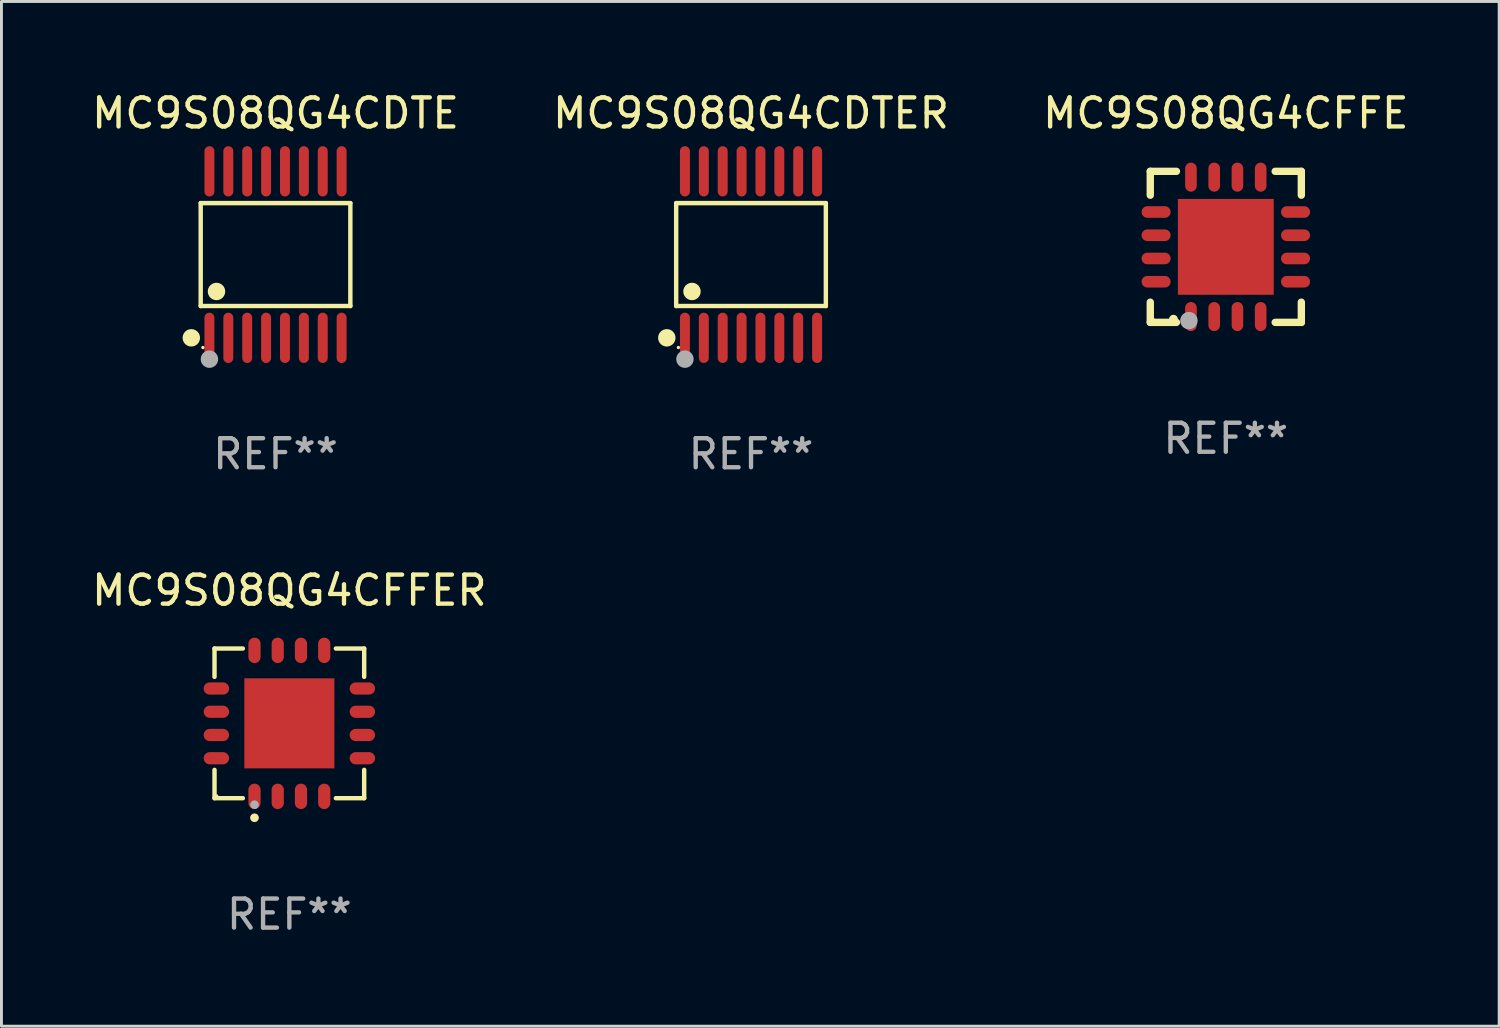
<source format=kicad_pcb>
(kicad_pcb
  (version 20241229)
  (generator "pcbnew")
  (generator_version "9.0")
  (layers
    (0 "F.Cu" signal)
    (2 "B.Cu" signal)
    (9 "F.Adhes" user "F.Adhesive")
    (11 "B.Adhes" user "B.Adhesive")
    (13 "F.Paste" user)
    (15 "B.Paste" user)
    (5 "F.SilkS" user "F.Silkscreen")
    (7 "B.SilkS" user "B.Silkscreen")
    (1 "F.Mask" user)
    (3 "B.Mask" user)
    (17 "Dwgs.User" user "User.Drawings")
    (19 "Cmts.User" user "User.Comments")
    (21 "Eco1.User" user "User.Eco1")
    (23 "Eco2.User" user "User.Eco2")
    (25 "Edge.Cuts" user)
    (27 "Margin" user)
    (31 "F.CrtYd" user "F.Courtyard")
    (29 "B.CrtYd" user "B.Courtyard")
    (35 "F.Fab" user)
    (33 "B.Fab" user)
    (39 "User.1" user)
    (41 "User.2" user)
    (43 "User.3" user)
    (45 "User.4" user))
  (footprint "MC9S08QG4CDTER"
    (layer "F.Cu")
    (at 22.804 5.714)
    (property "Reference" "MC9S08QG4CDTER" (at 0 -4.866 0) (layer "F.SilkS") (effects (font (size 1 1) (thickness 0.15))))
    (attr through_hole)
    (fp_line (start -2.576 -1.772) (end 2.576 -1.772) (stroke (width 0.152) (type solid)) (layer "F.SilkS"))
    (fp_line (start -2.576 1.771) (end -2.576 -1.772) (stroke (width 0.152) (type solid)) (layer "F.SilkS"))
    (fp_line (start 2.576 -1.772) (end 2.576 1.771) (stroke (width 0.152) (type solid)) (layer "F.SilkS"))
    (fp_line (start 2.576 1.771) (end -2.576 1.771) (stroke (width 0.152) (type solid)) (layer "F.SilkS"))
    (fp_circle (center -2.899 2.866) (end -2.749 2.866) (stroke (width 0.3) (type solid)) (fill no) (layer "F.SilkS"))
    (fp_circle (center -2.5 3.2) (end -2.47 3.2) (stroke (width 0.06) (type solid)) (fill no) (layer "F.SilkS"))
    (fp_circle (center -2.032 1.27) (end -1.882 1.27) (stroke (width 0.3) (type solid)) (fill no) (layer "F.SilkS"))
    (fp_circle (center -2.275 3.6) (end -2.125 3.6) (stroke (width 0.3) (type solid)) (fill no) (layer "F.Fab"))
    (fp_text user "REF**" (at 0 6.866 0) (layer "F.Fab") (effects (font (size 1 1) (thickness 0.15))))
    (pad "1" smd oval (at -2.275 2.866) (size 0.343 1.731) (layers "F.Cu" "F.Mask" "F.Paste"))
    (pad "2" smd oval (at -1.625 2.866) (size 0.343 1.731) (layers "F.Cu" "F.Mask" "F.Paste"))
    (pad "3" smd oval (at -0.975 2.866) (size 0.343 1.731) (layers "F.Cu" "F.Mask" "F.Paste"))
    (pad "4" smd oval (at -0.325 2.866) (size 0.343 1.731) (layers "F.Cu" "F.Mask" "F.Paste"))
    (pad "5" smd oval (at 0.325 2.866) (size 0.343 1.731) (layers "F.Cu" "F.Mask" "F.Paste"))
    (pad "6" smd oval (at 0.975 2.866) (size 0.343 1.731) (layers "F.Cu" "F.Mask" "F.Paste"))
    (pad "7" smd oval (at 1.625 2.866) (size 0.343 1.731) (layers "F.Cu" "F.Mask" "F.Paste"))
    (pad "8" smd oval (at 2.275 2.866) (size 0.343 1.731) (layers "F.Cu" "F.Mask" "F.Paste"))
    (pad "9" smd oval (at 2.275 -2.866) (size 0.343 1.731) (layers "F.Cu" "F.Mask" "F.Paste"))
    (pad "10" smd oval (at 1.625 -2.866) (size 0.343 1.731) (layers "F.Cu" "F.Mask" "F.Paste"))
    (pad "11" smd oval (at 0.975 -2.866) (size 0.343 1.731) (layers "F.Cu" "F.Mask" "F.Paste"))
    (pad "12" smd oval (at 0.325 -2.866) (size 0.343 1.731) (layers "F.Cu" "F.Mask" "F.Paste"))
    (pad "13" smd oval (at -0.325 -2.866) (size 0.343 1.731) (layers "F.Cu" "F.Mask" "F.Paste"))
    (pad "14" smd oval (at -0.975 -2.866) (size 0.343 1.731) (layers "F.Cu" "F.Mask" "F.Paste"))
    (pad "15" smd oval (at -1.625 -2.866) (size 0.343 1.731) (layers "F.Cu" "F.Mask" "F.Paste"))
    (pad "16" smd oval (at -2.275 -2.866) (size 0.343 1.731) (layers "F.Cu" "F.Mask" "F.Paste")))
  (footprint "MC9S08QG4CFFE"
    (layer "F.Cu")
    (at 39.149 5.448)
    (property "Reference" "MC9S08QG4CFFE" (at 0 -4.6 0) (layer "F.SilkS") (effects (font (size 1 1) (thickness 0.15))))
    (attr through_hole)
    (fp_line (start -2.6 -2.6) (end -2.6 -1.778) (stroke (width 0.254) (type solid)) (layer "F.SilkS"))
    (fp_line (start -2.6 2.6) (end -2.6 1.905) (stroke (width 0.254) (type solid)) (layer "F.SilkS"))
    (fp_line (start -1.7 -2.6) (end -2.6 -2.6) (stroke (width 0.254) (type solid)) (layer "F.SilkS"))
    (fp_line (start -1.7 2.6) (end -2.6 2.6) (stroke (width 0.254) (type solid)) (layer "F.SilkS"))
    (fp_line (start 1.7 -2.6) (end 2.6 -2.6) (stroke (width 0.254) (type solid)) (layer "F.SilkS"))
    (fp_line (start 1.7 2.6) (end 2.6 2.6) (stroke (width 0.254) (type solid)) (layer "F.SilkS"))
    (fp_line (start 2.6 -2.6) (end 2.6 -1.778) (stroke (width 0.254) (type solid)) (layer "F.SilkS"))
    (fp_line (start 2.6 2.6) (end 2.6 1.905) (stroke (width 0.254) (type solid)) (layer "F.SilkS"))
    (fp_arc (start -1.803404 2.489205) (mid -1.802134 2.4892) (end -1.800864 2.489205) (stroke (width 0.3) (type solid)) (layer "F.SilkS"))
    (fp_circle (center -2.5 2.5) (end -2.47 2.5) (stroke (width 0.06) (type solid)) (fill no) (layer "F.SilkS"))
    (fp_circle (center -1.27 2.54) (end -1.12 2.54) (stroke (width 0.3) (type solid)) (fill no) (layer "F.Fab"))
    (fp_text user "REF**" (at 0 6.6 0) (layer "F.Fab") (effects (font (size 1 1) (thickness 0.15))))
    (pad "1" smd oval (at -1.2 2.4) (size 0.4 1) (layers "F.Cu" "F.Mask" "F.Paste"))
    (pad "2" smd oval (at -0.4 2.4) (size 0.4 1) (layers "F.Cu" "F.Mask" "F.Paste"))
    (pad "3" smd oval (at 0.4 2.4) (size 0.4 1) (layers "F.Cu" "F.Mask" "F.Paste"))
    (pad "4" smd oval (at 1.2 2.4) (size 0.4 1) (layers "F.Cu" "F.Mask" "F.Paste"))
    (pad "5" smd oval (at 2.4 1.2 90) (size 0.4 1) (layers "F.Cu" "F.Mask" "F.Paste"))
    (pad "6" smd oval (at 2.4 0.4 90) (size 0.4 1) (layers "F.Cu" "F.Mask" "F.Paste"))
    (pad "7" smd oval (at 2.4 -0.4 90) (size 0.4 1) (layers "F.Cu" "F.Mask" "F.Paste"))
    (pad "8" smd oval (at 2.4 -1.2 90) (size 0.4 1) (layers "F.Cu" "F.Mask" "F.Paste"))
    (pad "9" smd oval (at 1.2 -2.4) (size 0.4 1) (layers "F.Cu" "F.Mask" "F.Paste"))
    (pad "10" smd oval (at 0.4 -2.4) (size 0.4 1) (layers "F.Cu" "F.Mask" "F.Paste"))
    (pad "11" smd oval (at -0.4 -2.4) (size 0.4 1) (layers "F.Cu" "F.Mask" "F.Paste"))
    (pad "12" smd oval (at -1.2 -2.4) (size 0.4 1) (layers "F.Cu" "F.Mask" "F.Paste"))
    (pad "13" smd oval (at -2.4 -1.2 90) (size 0.4 1) (layers "F.Cu" "F.Mask" "F.Paste"))
    (pad "14" smd oval (at -2.4 -0.4 90) (size 0.4 1) (layers "F.Cu" "F.Mask" "F.Paste"))
    (pad "15" smd oval (at -2.4 0.4 90) (size 0.4 1) (layers "F.Cu" "F.Mask" "F.Paste"))
    (pad "16" smd oval (at -2.4 1.2 90) (size 0.4 1) (layers "F.Cu" "F.Mask" "F.Paste"))
    (pad "17" smd rect (at 0 0 90) (size 3.3 3.3) (layers "F.Cu" "F.Mask" "F.Paste")))
  (footprint "MC9S08QG4CDTE"
    (layer "F.Cu")
    (at 6.435 5.714)
    (property "Reference" "MC9S08QG4CDTE" (at 0 -4.866 0) (layer "F.SilkS") (effects (font (size 1 1) (thickness 0.15))))
    (attr through_hole)
    (fp_line (start -2.576 -1.772) (end 2.576 -1.772) (stroke (width 0.152) (type solid)) (layer "F.SilkS"))
    (fp_line (start -2.576 1.771) (end -2.576 -1.772) (stroke (width 0.152) (type solid)) (layer "F.SilkS"))
    (fp_line (start 2.576 -1.772) (end 2.576 1.771) (stroke (width 0.152) (type solid)) (layer "F.SilkS"))
    (fp_line (start 2.576 1.771) (end -2.576 1.771) (stroke (width 0.152) (type solid)) (layer "F.SilkS"))
    (fp_circle (center -2.899 2.866) (end -2.749 2.866) (stroke (width 0.3) (type solid)) (fill no) (layer "F.SilkS"))
    (fp_circle (center -2.5 3.2) (end -2.47 3.2) (stroke (width 0.06) (type solid)) (fill no) (layer "F.SilkS"))
    (fp_circle (center -2.032 1.27) (end -1.882 1.27) (stroke (width 0.3) (type solid)) (fill no) (layer "F.SilkS"))
    (fp_circle (center -2.275 3.6) (end -2.125 3.6) (stroke (width 0.3) (type solid)) (fill no) (layer "F.Fab"))
    (fp_text user "REF**" (at 0 6.866 0) (layer "F.Fab") (effects (font (size 1 1) (thickness 0.15))))
    (pad "1" smd oval (at -2.275 2.866) (size 0.343 1.731) (layers "F.Cu" "F.Mask" "F.Paste"))
    (pad "2" smd oval (at -1.625 2.866) (size 0.343 1.731) (layers "F.Cu" "F.Mask" "F.Paste"))
    (pad "3" smd oval (at -0.975 2.866) (size 0.343 1.731) (layers "F.Cu" "F.Mask" "F.Paste"))
    (pad "4" smd oval (at -0.325 2.866) (size 0.343 1.731) (layers "F.Cu" "F.Mask" "F.Paste"))
    (pad "5" smd oval (at 0.325 2.866) (size 0.343 1.731) (layers "F.Cu" "F.Mask" "F.Paste"))
    (pad "6" smd oval (at 0.975 2.866) (size 0.343 1.731) (layers "F.Cu" "F.Mask" "F.Paste"))
    (pad "7" smd oval (at 1.625 2.866) (size 0.343 1.731) (layers "F.Cu" "F.Mask" "F.Paste"))
    (pad "8" smd oval (at 2.275 2.866) (size 0.343 1.731) (layers "F.Cu" "F.Mask" "F.Paste"))
    (pad "9" smd oval (at 2.275 -2.866) (size 0.343 1.731) (layers "F.Cu" "F.Mask" "F.Paste"))
    (pad "10" smd oval (at 1.625 -2.866) (size 0.343 1.731) (layers "F.Cu" "F.Mask" "F.Paste"))
    (pad "11" smd oval (at 0.975 -2.866) (size 0.343 1.731) (layers "F.Cu" "F.Mask" "F.Paste"))
    (pad "12" smd oval (at 0.325 -2.866) (size 0.343 1.731) (layers "F.Cu" "F.Mask" "F.Paste"))
    (pad "13" smd oval (at -0.325 -2.866) (size 0.343 1.731) (layers "F.Cu" "F.Mask" "F.Paste"))
    (pad "14" smd oval (at -0.975 -2.866) (size 0.343 1.731) (layers "F.Cu" "F.Mask" "F.Paste"))
    (pad "15" smd oval (at -1.625 -2.866) (size 0.343 1.731) (layers "F.Cu" "F.Mask" "F.Paste"))
    (pad "16" smd oval (at -2.275 -2.866) (size 0.343 1.731) (layers "F.Cu" "F.Mask" "F.Paste")))
  (footprint "MC9S08QG4CFFER"
    (layer "F.Cu")
    (at 6.911 21.852)
    (property "Reference" "MC9S08QG4CFFER" (at 0 -4.576 0) (layer "F.SilkS") (effects (font (size 1 1) (thickness 0.15))))
    (attr through_hole)
    (fp_line (start -2.576 -2.576) (end -1.601 -2.576) (stroke (width 0.152) (type solid)) (layer "F.SilkS"))
    (fp_line (start -2.576 -1.601) (end -2.576 -2.576) (stroke (width 0.152) (type solid)) (layer "F.SilkS"))
    (fp_line (start -2.576 1.601) (end -2.576 2.576) (stroke (width 0.152) (type solid)) (layer "F.SilkS"))
    (fp_line (start -2.576 2.576) (end -1.601 2.576) (stroke (width 0.152) (type solid)) (layer "F.SilkS"))
    (fp_line (start 2.576 -2.576) (end 1.601 -2.576) (stroke (width 0.152) (type solid)) (layer "F.SilkS"))
    (fp_line (start 2.576 -1.601) (end 2.576 -2.576) (stroke (width 0.152) (type solid)) (layer "F.SilkS"))
    (fp_line (start 2.576 1.601) (end 2.576 2.576) (stroke (width 0.152) (type solid)) (layer "F.SilkS"))
    (fp_line (start 2.576 2.576) (end 1.601 2.576) (stroke (width 0.152) (type solid)) (layer "F.SilkS"))
    (fp_circle (center -2.5 2.5) (end -2.47 2.5) (stroke (width 0.06) (type solid)) (fill no) (layer "F.SilkS"))
    (fp_circle (center -1.2 3.25) (end -1.125 3.25) (stroke (width 0.15) (type solid)) (fill no) (layer "F.SilkS"))
    (fp_circle (center -1.2 2.8) (end -1.125 2.8) (stroke (width 0.15) (type solid)) (fill no) (layer "F.Fab"))
    (fp_text user "REF**" (at 0 6.576 0) (layer "F.Fab") (effects (font (size 1 1) (thickness 0.15))))
    (pad "1" smd oval (at -1.2 2.513) (size 0.42 0.875) (layers "F.Cu" "F.Mask" "F.Paste"))
    (pad "2" smd oval (at -0.4 2.513) (size 0.42 0.875) (layers "F.Cu" "F.Mask" "F.Paste"))
    (pad "3" smd oval (at 0.4 2.513) (size 0.42 0.875) (layers "F.Cu" "F.Mask" "F.Paste"))
    (pad "4" smd oval (at 1.2 2.513) (size 0.42 0.875) (layers "F.Cu" "F.Mask" "F.Paste"))
    (pad "5" smd oval (at 2.513 1.2) (size 0.875 0.42) (layers "F.Cu" "F.Mask" "F.Paste"))
    (pad "6" smd oval (at 2.513 0.4) (size 0.875 0.42) (layers "F.Cu" "F.Mask" "F.Paste"))
    (pad "7" smd oval (at 2.513 -0.4) (size 0.875 0.42) (layers "F.Cu" "F.Mask" "F.Paste"))
    (pad "8" smd oval (at 2.513 -1.2) (size 0.875 0.42) (layers "F.Cu" "F.Mask" "F.Paste"))
    (pad "9" smd oval (at 1.2 -2.513) (size 0.42 0.875) (layers "F.Cu" "F.Mask" "F.Paste"))
    (pad "10" smd oval (at 0.4 -2.513) (size 0.42 0.875) (layers "F.Cu" "F.Mask" "F.Paste"))
    (pad "11" smd oval (at -0.4 -2.513) (size 0.42 0.875) (layers "F.Cu" "F.Mask" "F.Paste"))
    (pad "12" smd oval (at -1.2 -2.513) (size 0.42 0.875) (layers "F.Cu" "F.Mask" "F.Paste"))
    (pad "13" smd oval (at -2.513 -1.2) (size 0.875 0.42) (layers "F.Cu" "F.Mask" "F.Paste"))
    (pad "14" smd oval (at -2.513 -0.4) (size 0.875 0.42) (layers "F.Cu" "F.Mask" "F.Paste"))
    (pad "15" smd oval (at -2.513 0.4) (size 0.875 0.42) (layers "F.Cu" "F.Mask" "F.Paste"))
    (pad "16" smd oval (at -2.513 1.2) (size 0.875 0.42) (layers "F.Cu" "F.Mask" "F.Paste"))
    (pad "17" smd rect (at 0 0) (size 3.1 3.1) (layers "F.Cu" "F.Mask" "F.Paste")))
  (gr_rect
    (start -3 -3)
    (end 48.56 32.277)
    (stroke (width 0.1) (type default))
    (fill no)
    (layer "Edge.Cuts")))
</source>
